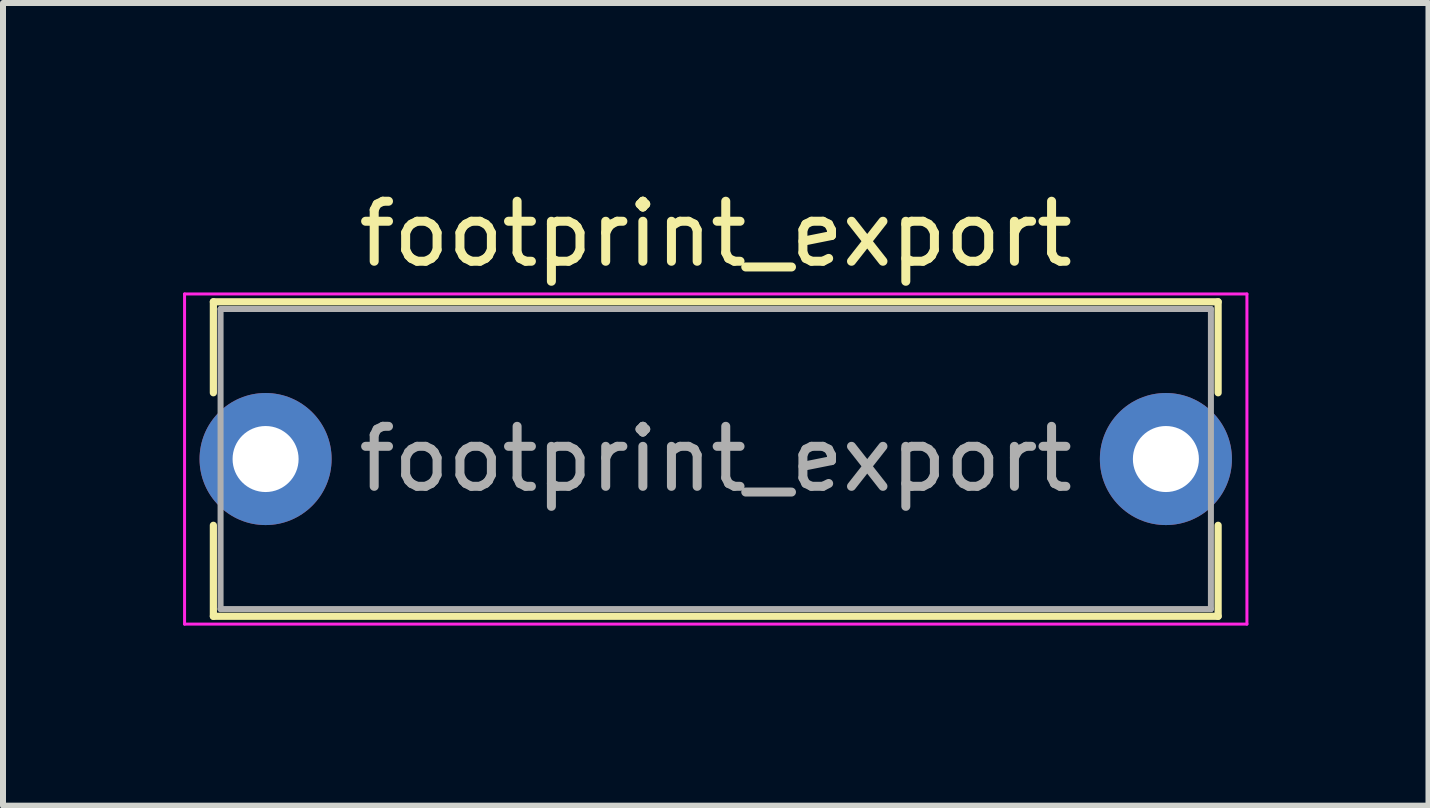
<source format=kicad_pcb>
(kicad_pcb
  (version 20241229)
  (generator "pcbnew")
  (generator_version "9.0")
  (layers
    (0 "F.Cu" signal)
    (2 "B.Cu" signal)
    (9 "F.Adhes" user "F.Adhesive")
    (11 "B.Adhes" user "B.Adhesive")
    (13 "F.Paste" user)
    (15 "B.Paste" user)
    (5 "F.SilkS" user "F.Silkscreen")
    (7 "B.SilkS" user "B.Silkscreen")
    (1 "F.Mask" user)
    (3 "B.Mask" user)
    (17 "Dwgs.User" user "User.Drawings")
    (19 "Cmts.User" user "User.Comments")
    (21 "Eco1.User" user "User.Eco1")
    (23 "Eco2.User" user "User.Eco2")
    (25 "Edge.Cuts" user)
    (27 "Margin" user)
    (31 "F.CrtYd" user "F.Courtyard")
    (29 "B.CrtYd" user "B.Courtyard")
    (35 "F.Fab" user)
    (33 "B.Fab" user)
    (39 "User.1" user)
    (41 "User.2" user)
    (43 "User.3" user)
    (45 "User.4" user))
  (footprint "footprint_export"
    (layer "F.Cu")
    (at 1.375 4.598)
    (property "Reference" "footprint_export" (at 7.5 -3.75 0) (layer "F.SilkS") (effects (font (size 1 1) (thickness 0.15))))
    (attr through_hole)
    (fp_line (start -0.87 -2.62) (end -0.87 -1.104) (stroke (width 0.12) (type solid)) (layer "F.SilkS"))
    (fp_line (start -0.87 -2.62) (end 15.87 -2.62) (stroke (width 0.12) (type solid)) (layer "F.SilkS"))
    (fp_line (start -0.87 1.104) (end -0.87 2.62) (stroke (width 0.12) (type solid)) (layer "F.SilkS"))
    (fp_line (start -0.87 2.62) (end 15.87 2.62) (stroke (width 0.12) (type solid)) (layer "F.SilkS"))
    (fp_line (start 15.87 -2.62) (end 15.87 -1.104) (stroke (width 0.12) (type solid)) (layer "F.SilkS"))
    (fp_line (start 15.87 1.104) (end 15.87 2.62) (stroke (width 0.12) (type solid)) (layer "F.SilkS"))
    (fp_line (start -1.35 -2.75) (end -1.35 2.75) (stroke (width 0.05) (type solid)) (layer "F.CrtYd"))
    (fp_line (start -1.35 2.75) (end 16.35 2.75) (stroke (width 0.05) (type solid)) (layer "F.CrtYd"))
    (fp_line (start 16.35 -2.75) (end -1.35 -2.75) (stroke (width 0.05) (type solid)) (layer "F.CrtYd"))
    (fp_line (start 16.35 2.75) (end 16.35 -2.75) (stroke (width 0.05) (type solid)) (layer "F.CrtYd"))
    (fp_line (start -0.75 -2.5) (end -0.75 2.5) (stroke (width 0.1) (type solid)) (layer "F.Fab"))
    (fp_line (start -0.75 2.5) (end 15.75 2.5) (stroke (width 0.1) (type solid)) (layer "F.Fab"))
    (fp_line (start 15.75 -2.5) (end -0.75 -2.5) (stroke (width 0.1) (type solid)) (layer "F.Fab"))
    (fp_line (start 15.75 2.5) (end 15.75 -2.5) (stroke (width 0.1) (type solid)) (layer "F.Fab"))
    (fp_text user "${REFERENCE}" (at 7.5 0 0) (layer "F.Fab") (effects (font (size 1 1) (thickness 0.15))))
    (pad "1" thru_hole circle (at 0 0) (size 2.2 2.2) (drill 1.1) (layers "*.Cu" "*.Mask"))
    (pad "2" thru_hole circle (at 15 0) (size 2.2 2.2) (drill 1.1) (layers "*.Cu" "*.Mask")))
  (gr_rect
    (start -3 -3)
    (end 20.75 10.373)
    (stroke (width 0.1) (type default))
    (fill no)
    (layer "Edge.Cuts")))
</source>
